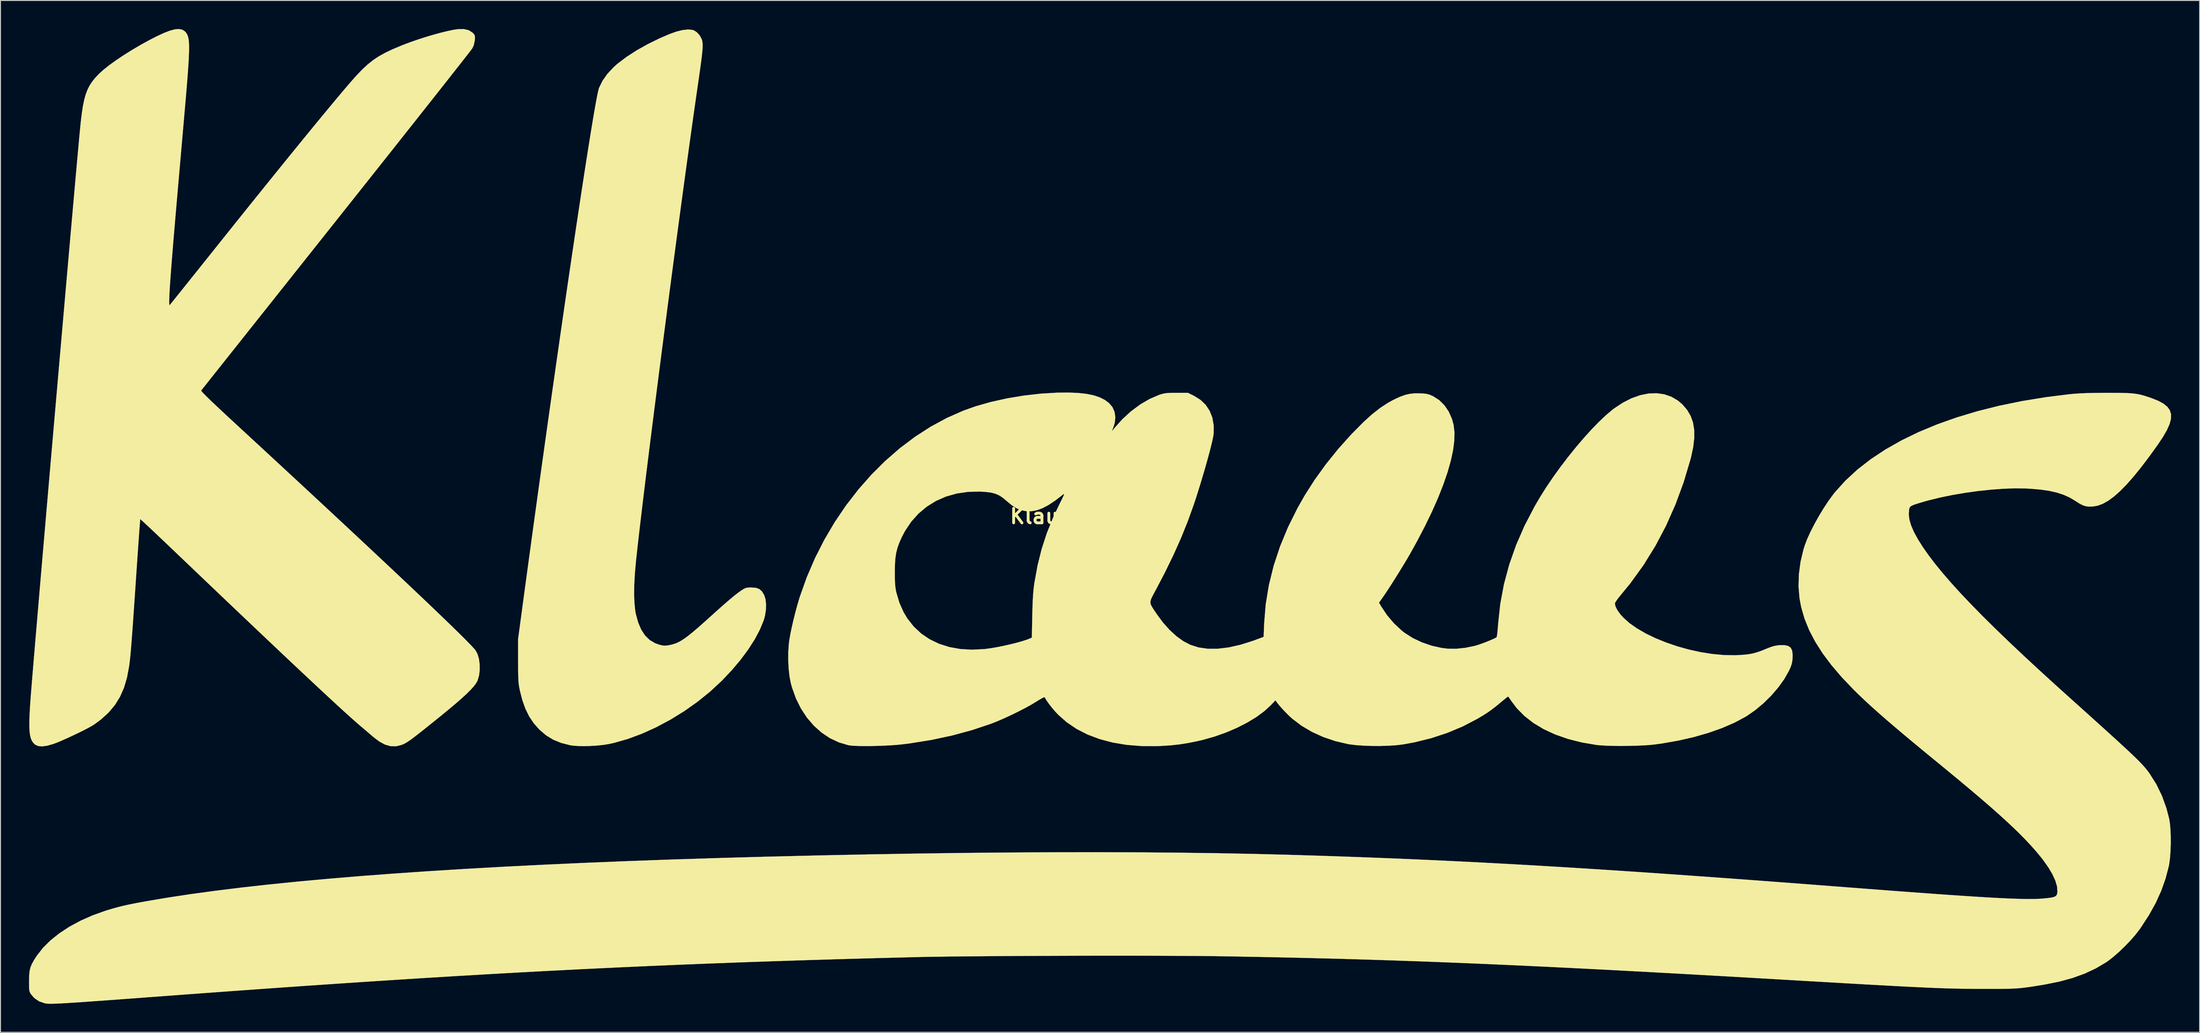
<source format=kicad_pcb>
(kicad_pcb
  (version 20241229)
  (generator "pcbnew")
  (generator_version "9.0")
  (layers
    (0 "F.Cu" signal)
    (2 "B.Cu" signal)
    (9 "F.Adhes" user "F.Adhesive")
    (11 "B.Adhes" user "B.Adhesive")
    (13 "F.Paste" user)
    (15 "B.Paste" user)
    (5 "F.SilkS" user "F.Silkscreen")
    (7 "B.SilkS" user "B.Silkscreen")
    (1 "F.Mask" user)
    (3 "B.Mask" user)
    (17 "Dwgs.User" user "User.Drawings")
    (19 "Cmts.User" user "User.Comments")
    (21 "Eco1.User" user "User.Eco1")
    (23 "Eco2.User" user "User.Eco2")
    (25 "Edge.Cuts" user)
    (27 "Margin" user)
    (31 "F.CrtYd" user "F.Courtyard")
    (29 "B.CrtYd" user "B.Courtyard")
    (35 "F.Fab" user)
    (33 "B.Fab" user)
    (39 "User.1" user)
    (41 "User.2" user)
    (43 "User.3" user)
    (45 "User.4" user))
  (footprint "Klaus_Logo_Orig"
    (layer "F.Cu")
    (at 112.527 51.287)
    (property "Reference" "Klaus_Logo_Orig" (at 0 0 0) (layer "F.SilkS") (effects (font (size 1.524 1.524) (thickness 0.3))))
    (attr through_hole)
    (fp_poly (pts (xy -42.776 -51.196) (xy -42.588 -51.139) (xy -42.269 -50.931) (xy -41.983 -50.611) (xy -41.779 -50.235) (xy -41.736 -50.105) (xy -41.701 -49.944) (xy -41.679 -49.758) (xy -41.672 -49.532) (xy -41.682 -49.249) (xy -41.71 -48.893) (xy -41.757 -48.447) (xy -41.825 -47.897) (xy -41.916 -47.226) (xy -42.03 -46.417) (xy -42.15 -45.593) (xy -42.364 -44.111) (xy -42.593 -42.509) (xy -42.834 -40.798) (xy -43.086 -38.989) (xy -43.348 -37.093) (xy -43.618 -35.121) (xy -43.894 -33.084) (xy -44.176 -30.993) (xy -44.462 -28.858) (xy -44.751 -26.691) (xy -45.04 -24.502) (xy -45.33 -22.303) (xy -45.617 -20.105) (xy -45.902 -17.917) (xy -46.181 -15.752) (xy -46.455 -13.621) (xy -46.721 -11.533) (xy -46.979 -9.501) (xy -47.226 -7.534) (xy -47.462 -5.645) (xy -47.684 -3.844) (xy -47.892 -2.141) (xy -48.084 -0.548) (xy -48.258 0.924) (xy -48.414 2.264) (xy -48.55 3.462) (xy -48.664 4.506) (xy -48.693 4.784) (xy -48.803 6.026) (xy -48.866 7.175) (xy -48.881 8.215) (xy -48.848 9.131) (xy -48.767 9.908) (xy -48.702 10.27) (xy -48.455 11.177) (xy -48.131 11.936) (xy -47.725 12.551) (xy -47.235 13.026) (xy -46.658 13.366) (xy -46.236 13.515) (xy -45.896 13.596) (xy -45.616 13.617) (xy -45.301 13.582) (xy -45.189 13.562) (xy -44.868 13.492) (xy -44.561 13.396) (xy -44.252 13.266) (xy -43.927 13.089) (xy -43.57 12.856) (xy -43.165 12.556) (xy -42.698 12.178) (xy -42.152 11.712) (xy -41.513 11.147) (xy -40.91 10.605) (xy -40.177 9.944) (xy -39.553 9.388) (xy -39.023 8.927) (xy -38.576 8.549) (xy -38.197 8.241) (xy -37.873 7.994) (xy -37.599 7.801) (xy -37.337 7.635) (xy -37.124 7.543) (xy -36.888 7.502) (xy -36.559 7.493) (xy -36.541 7.493) (xy -36.07 7.53) (xy -35.718 7.655) (xy -35.445 7.891) (xy -35.215 8.261) (xy -35.207 8.277) (xy -35.066 8.712) (xy -35.005 9.252) (xy -35.022 9.852) (xy -35.117 10.468) (xy -35.25 10.945) (xy -35.652 11.925) (xy -36.199 12.956) (xy -36.883 14.023) (xy -37.692 15.112) (xy -38.617 16.208) (xy -39.647 17.297) (xy -39.665 17.315) (xy -40.883 18.446) (xy -42.202 19.511) (xy -43.601 20.5) (xy -45.057 21.399) (xy -46.548 22.196) (xy -48.05 22.878) (xy -49.543 23.433) (xy -51.003 23.849) (xy -51.552 23.969) (xy -52.139 24.062) (xy -52.807 24.131) (xy -53.511 24.174) (xy -54.206 24.188) (xy -54.846 24.173) (xy -55.387 24.128) (xy -55.596 24.095) (xy -56.553 23.853) (xy -57.393 23.509) (xy -58.145 23.048) (xy -58.835 22.457) (xy -58.85 22.441) (xy -59.429 21.789) (xy -59.911 21.074) (xy -60.309 20.269) (xy -60.637 19.35) (xy -60.891 18.356) (xy -60.95 18.074) (xy -60.995 17.81) (xy -61.029 17.536) (xy -61.052 17.226) (xy -61.068 16.851) (xy -61.077 16.385) (xy -61.081 15.8) (xy -61.082 15.198) (xy -61.083 12.912) (xy -60.552 8.975) (xy -60.21 6.45) (xy -59.866 3.921) (xy -59.52 1.392) (xy -59.172 -1.13) (xy -58.825 -3.639) (xy -58.477 -6.13) (xy -58.132 -8.597) (xy -57.789 -11.033) (xy -57.448 -13.433) (xy -57.112 -15.791) (xy -56.781 -18.1) (xy -56.456 -20.356) (xy -56.138 -22.552) (xy -55.827 -24.683) (xy -55.524 -26.742) (xy -55.231 -28.723) (xy -54.948 -30.621) (xy -54.676 -32.43) (xy -54.416 -34.143) (xy -54.169 -35.756) (xy -53.935 -37.261) (xy -53.716 -38.654) (xy -53.512 -39.928) (xy -53.325 -41.077) (xy -53.155 -42.096) (xy -53.003 -42.978) (xy -52.869 -43.718) (xy -52.756 -44.31) (xy -52.663 -44.747) (xy -52.591 -45.025) (xy -52.573 -45.078) (xy -52.211 -45.825) (xy -51.692 -46.562) (xy -51.029 -47.273) (xy -50.592 -47.659) (xy -49.672 -48.353) (xy -48.611 -49.038) (xy -47.436 -49.697) (xy -46.175 -50.314) (xy -45.127 -50.765) (xy -44.429 -51.013) (xy -43.79 -51.169) (xy -43.232 -51.231) (xy -42.776 -51.196)) (stroke (width 0.01) (type solid)) (fill yes) (layer "F.SilkS"))
    (fp_poly (pts (xy -96.411 -51.215) (xy -96.142 -51.048) (xy -96.063 -50.964) (xy -95.966 -50.837) (xy -95.884 -50.695) (xy -95.816 -50.527) (xy -95.762 -50.322) (xy -95.723 -50.069) (xy -95.698 -49.758) (xy -95.688 -49.377) (xy -95.694 -48.917) (xy -95.714 -48.365) (xy -95.75 -47.711) (xy -95.802 -46.945) (xy -95.868 -46.055) (xy -95.951 -45.03) (xy -96.05 -43.861) (xy -96.165 -42.535) (xy -96.182 -42.331) (xy -96.222 -41.877) (xy -96.275 -41.276) (xy -96.338 -40.552) (xy -96.41 -39.727) (xy -96.489 -38.822) (xy -96.573 -37.862) (xy -96.66 -36.868) (xy -96.748 -35.864) (xy -96.816 -35.094) (xy -96.976 -33.253) (xy -97.121 -31.576) (xy -97.25 -30.056) (xy -97.365 -28.689) (xy -97.464 -27.47) (xy -97.55 -26.392) (xy -97.621 -25.452) (xy -97.68 -24.643) (xy -97.725 -23.96) (xy -97.757 -23.398) (xy -97.777 -22.952) (xy -97.784 -22.616) (xy -97.781 -22.385) (xy -97.766 -22.255) (xy -97.74 -22.218) (xy -97.73 -22.225) (xy -97.666 -22.302) (xy -97.504 -22.502) (xy -97.252 -22.816) (xy -96.917 -23.234) (xy -96.506 -23.746) (xy -96.027 -24.344) (xy -95.488 -25.018) (xy -94.896 -25.759) (xy -94.259 -26.556) (xy -93.583 -27.401) (xy -92.878 -28.285) (xy -92.782 -28.406) (xy -91.299 -30.26) (xy -89.868 -32.047) (xy -88.491 -33.76) (xy -87.173 -35.395) (xy -85.919 -36.946) (xy -84.734 -38.408) (xy -83.621 -39.774) (xy -82.586 -41.04) (xy -81.632 -42.199) (xy -80.765 -43.247) (xy -79.989 -44.178) (xy -79.308 -44.985) (xy -78.753 -45.634) (xy -78.087 -46.386) (xy -77.482 -47.017) (xy -76.907 -47.552) (xy -76.331 -48.01) (xy -75.723 -48.415) (xy -75.053 -48.787) (xy -74.288 -49.15) (xy -73.4 -49.524) (xy -73.11 -49.64) (xy -72.374 -49.917) (xy -71.582 -50.19) (xy -70.766 -50.452) (xy -69.955 -50.692) (xy -69.18 -50.904) (xy -68.472 -51.076) (xy -67.861 -51.202) (xy -67.395 -51.271) (xy -66.783 -51.275) (xy -66.279 -51.156) (xy -65.888 -50.913) (xy -65.847 -50.874) (xy -65.705 -50.716) (xy -65.636 -50.567) (xy -65.62 -50.364) (xy -65.632 -50.134) (xy -65.745 -49.579) (xy -65.898 -49.252) (xy -65.97 -49.153) (xy -66.143 -48.926) (xy -66.412 -48.579) (xy -66.774 -48.115) (xy -67.223 -47.541) (xy -67.756 -46.863) (xy -68.368 -46.085) (xy -69.054 -45.214) (xy -69.811 -44.255) (xy -70.633 -43.214) (xy -71.517 -42.096) (xy -72.457 -40.907) (xy -73.45 -39.653) (xy -74.491 -38.338) (xy -75.576 -36.969) (xy -76.7 -35.551) (xy -77.859 -34.09) (xy -79.049 -32.591) (xy -80.235 -31.097) (xy -81.447 -29.571) (xy -82.633 -28.078) (xy -83.786 -26.625) (xy -84.904 -25.218) (xy -85.982 -23.861) (xy -87.015 -22.56) (xy -87.999 -21.321) (xy -88.93 -20.149) (xy -89.804 -19.049) (xy -90.615 -18.027) (xy -91.361 -17.088) (xy -92.035 -16.239) (xy -92.635 -15.484) (xy -93.156 -14.828) (xy -93.592 -14.278) (xy -93.941 -13.838) (xy -94.198 -13.515) (xy -94.358 -13.313) (xy -94.417 -13.239) (xy -94.417 -13.239) (xy -94.378 -13.163) (xy -94.221 -12.984) (xy -93.945 -12.701) (xy -93.548 -12.311) (xy -93.03 -11.815) (xy -92.389 -11.211) (xy -91.623 -10.496) (xy -90.744 -9.683) (xy -88.612 -7.713) (xy -86.558 -5.813) (xy -84.583 -3.983) (xy -82.69 -2.226) (xy -80.882 -0.544) (xy -79.162 1.059) (xy -77.531 2.583) (xy -75.993 4.024) (xy -74.549 5.38) (xy -73.202 6.649) (xy -71.955 7.828) (xy -70.81 8.915) (xy -69.77 9.909) (xy -68.837 10.806) (xy -68.013 11.604) (xy -67.301 12.3) (xy -66.704 12.893) (xy -66.224 13.381) (xy -65.863 13.76) (xy -65.624 14.028) (xy -65.565 14.102) (xy -65.352 14.495) (xy -65.205 15) (xy -65.127 15.572) (xy -65.121 16.167) (xy -65.188 16.739) (xy -65.332 17.244) (xy -65.39 17.376) (xy -65.541 17.63) (xy -65.77 17.926) (xy -66.084 18.272) (xy -66.492 18.676) (xy -67.002 19.145) (xy -67.62 19.685) (xy -68.357 20.306) (xy -69.219 21.014) (xy -69.726 21.424) (xy -70.441 21.999) (xy -71.04 22.478) (xy -71.536 22.87) (xy -71.942 23.186) (xy -72.273 23.435) (xy -72.543 23.627) (xy -72.765 23.774) (xy -72.954 23.885) (xy -73.123 23.97) (xy -73.287 24.04) (xy -73.335 24.058) (xy -73.913 24.203) (xy -74.49 24.194) (xy -75.076 24.028) (xy -75.682 23.703) (xy -76.259 23.266) (xy -76.523 23.041) (xy -76.873 22.742) (xy -77.269 22.405) (xy -77.667 22.067) (xy -77.74 22.005) (xy -78.176 21.628) (xy -78.723 21.14) (xy -79.384 20.542) (xy -80.159 19.833) (xy -81.047 19.012) (xy -82.05 18.078) (xy -83.169 17.032) (xy -84.404 15.871) (xy -85.756 14.597) (xy -87.225 13.208) (xy -88.811 11.703) (xy -90.516 10.083) (xy -92.341 8.346) (xy -94.284 6.493) (xy -96.349 4.521) (xy -97.107 3.797) (xy -97.767 3.167) (xy -98.39 2.574) (xy -98.965 2.028) (xy -99.482 1.538) (xy -99.931 1.116) (xy -100.3 0.771) (xy -100.579 0.513) (xy -100.757 0.352) (xy -100.825 0.298) (xy -100.825 0.298) (xy -100.835 0.385) (xy -100.856 0.627) (xy -100.886 1.01) (xy -100.924 1.519) (xy -100.969 2.14) (xy -101.021 2.86) (xy -101.077 3.664) (xy -101.137 4.538) (xy -101.201 5.468) (xy -101.224 5.81) (xy -101.321 7.25) (xy -101.409 8.533) (xy -101.487 9.668) (xy -101.556 10.668) (xy -101.618 11.543) (xy -101.674 12.305) (xy -101.723 12.964) (xy -101.768 13.532) (xy -101.808 14.019) (xy -101.845 14.437) (xy -101.879 14.797) (xy -101.912 15.111) (xy -101.945 15.388) (xy -101.977 15.64) (xy -101.992 15.748) (xy -102.215 16.957) (xy -102.534 18.036) (xy -102.958 19.002) (xy -103.497 19.872) (xy -104.162 20.661) (xy -104.962 21.387) (xy -105.696 21.927) (xy -105.971 22.094) (xy -106.37 22.311) (xy -106.861 22.563) (xy -107.411 22.834) (xy -107.989 23.11) (xy -108.562 23.374) (xy -109.098 23.612) (xy -109.564 23.808) (xy -109.929 23.947) (xy -109.966 23.96) (xy -110.61 24.142) (xy -111.136 24.216) (xy -111.552 24.181) (xy -111.869 24.038) (xy -111.914 24.003) (xy -112.084 23.833) (xy -112.224 23.626) (xy -112.333 23.37) (xy -112.413 23.048) (xy -112.465 22.649) (xy -112.491 22.156) (xy -112.49 21.557) (xy -112.464 20.836) (xy -112.415 19.98) (xy -112.343 18.975) (xy -112.316 18.627) (xy -112.262 17.96) (xy -112.195 17.134) (xy -112.114 16.157) (xy -112.021 15.04) (xy -111.915 13.79) (xy -111.799 12.417) (xy -111.673 10.931) (xy -111.538 9.34) (xy -111.394 7.653) (xy -111.242 5.88) (xy -111.083 4.03) (xy -110.918 2.113) (xy -110.748 0.136) (xy -110.573 -1.891) (xy -110.395 -3.957) (xy -110.213 -6.056) (xy -110.029 -8.176) (xy -109.844 -10.31) (xy -109.658 -12.447) (xy -109.473 -14.579) (xy -109.288 -16.697) (xy -109.106 -18.791) (xy -108.925 -20.853) (xy -108.749 -22.872) (xy -108.576 -24.841) (xy -108.408 -26.749) (xy -108.247 -28.588) (xy -108.091 -30.349) (xy -107.943 -32.022) (xy -107.804 -33.598) (xy -107.673 -35.068) (xy -107.552 -36.423) (xy -107.441 -37.654) (xy -107.342 -38.751) (xy -107.255 -39.706) (xy -107.184 -40.471) (xy -107.079 -41.521) (xy -106.971 -42.421) (xy -106.852 -43.191) (xy -106.716 -43.849) (xy -106.558 -44.414) (xy -106.37 -44.907) (xy -106.146 -45.346) (xy -105.881 -45.75) (xy -105.567 -46.139) (xy -105.198 -46.533) (xy -105.16 -46.57) (xy -104.682 -47.003) (xy -104.072 -47.487) (xy -103.352 -48.006) (xy -102.546 -48.545) (xy -101.677 -49.089) (xy -100.769 -49.622) (xy -99.846 -50.13) (xy -99.102 -50.511) (xy -98.348 -50.863) (xy -97.713 -51.107) (xy -97.185 -51.247) (xy -96.755 -51.282) (xy -96.411 -51.215)) (stroke (width 0.01) (type solid)) (fill yes) (layer "F.SilkS"))
    (fp_poly (pts (xy 106.869 -12.993) (xy 107.55 -12.986) (xy 108.113 -12.971) (xy 108.585 -12.943) (xy 108.993 -12.9) (xy 109.361 -12.839) (xy 109.716 -12.756) (xy 110.085 -12.649) (xy 110.493 -12.514) (xy 110.744 -12.426) (xy 111.431 -12.151) (xy 111.976 -11.854) (xy 112.381 -11.524) (xy 112.646 -11.154) (xy 112.772 -10.732) (xy 112.762 -10.25) (xy 112.616 -9.698) (xy 112.335 -9.068) (xy 111.92 -8.348) (xy 111.377 -7.535) (xy 110.464 -6.266) (xy 109.615 -5.147) (xy 108.825 -4.173) (xy 108.09 -3.34) (xy 107.405 -2.642) (xy 106.765 -2.076) (xy 106.165 -1.637) (xy 105.6 -1.32) (xy 105.066 -1.12) (xy 104.594 -1.036) (xy 104.182 -1.019) (xy 103.841 -1.051) (xy 103.52 -1.148) (xy 103.17 -1.324) (xy 102.744 -1.596) (xy 102.725 -1.608) (xy 102.124 -1.968) (xy 101.476 -2.262) (xy 100.758 -2.497) (xy 99.95 -2.679) (xy 99.029 -2.811) (xy 97.973 -2.901) (xy 97.494 -2.927) (xy 96.391 -2.944) (xy 95.167 -2.902) (xy 93.856 -2.806) (xy 92.495 -2.661) (xy 91.117 -2.47) (xy 89.759 -2.239) (xy 88.457 -1.971) (xy 87.245 -1.672) (xy 86.895 -1.575) (xy 86.345 -1.414) (xy 85.935 -1.286) (xy 85.645 -1.181) (xy 85.451 -1.087) (xy 85.333 -0.994) (xy 85.266 -0.89) (xy 85.231 -0.766) (xy 85.229 -0.761) (xy 85.183 -0.237) (xy 85.249 0.335) (xy 85.432 0.964) (xy 85.735 1.664) (xy 86.164 2.446) (xy 86.698 3.288) (xy 87.291 4.13) (xy 87.975 5.026) (xy 88.755 5.98) (xy 89.633 6.996) (xy 90.615 8.078) (xy 91.704 9.229) (xy 92.904 10.454) (xy 94.219 11.757) (xy 95.653 13.142) (xy 97.209 14.612) (xy 98.892 16.173) (xy 100.706 17.828) (xy 101.728 18.75) (xy 102.898 19.802) (xy 103.949 20.748) (xy 104.888 21.595) (xy 105.723 22.349) (xy 106.46 23.018) (xy 107.108 23.608) (xy 107.672 24.127) (xy 108.162 24.58) (xy 108.583 24.975) (xy 108.943 25.319) (xy 109.25 25.619) (xy 109.509 25.881) (xy 109.73 26.113) (xy 109.919 26.321) (xy 110.083 26.512) (xy 110.229 26.693) (xy 110.365 26.87) (xy 110.498 27.052) (xy 110.518 27.08) (xy 111.217 28.186) (xy 111.809 29.404) (xy 112.281 30.707) (xy 112.575 31.835) (xy 112.657 32.353) (xy 112.711 32.995) (xy 112.739 33.717) (xy 112.74 34.477) (xy 112.715 35.229) (xy 112.664 35.932) (xy 112.588 36.542) (xy 112.538 36.811) (xy 112.193 38.134) (xy 111.737 39.419) (xy 111.16 40.69) (xy 110.449 41.971) (xy 109.594 43.287) (xy 109.462 43.476) (xy 109.033 44.032) (xy 108.509 44.633) (xy 107.924 45.244) (xy 107.314 45.831) (xy 106.712 46.359) (xy 106.155 46.794) (xy 105.954 46.932) (xy 104.867 47.576) (xy 103.688 48.128) (xy 102.403 48.593) (xy 100.997 48.977) (xy 99.452 49.285) (xy 99.314 49.308) (xy 98.669 49.413) (xy 98.12 49.5) (xy 97.642 49.569) (xy 97.207 49.624) (xy 96.792 49.666) (xy 96.368 49.696) (xy 95.911 49.716) (xy 95.395 49.728) (xy 94.793 49.735) (xy 94.08 49.737) (xy 93.23 49.736) (xy 93.006 49.735) (xy 92.446 49.734) (xy 91.909 49.731) (xy 91.388 49.727) (xy 90.872 49.72) (xy 90.352 49.711) (xy 89.82 49.7) (xy 89.266 49.685) (xy 88.681 49.666) (xy 88.056 49.643) (xy 87.382 49.615) (xy 86.649 49.582) (xy 85.848 49.544) (xy 84.97 49.501) (xy 84.007 49.45) (xy 82.948 49.393) (xy 81.784 49.329) (xy 80.507 49.258) (xy 79.107 49.178) (xy 77.576 49.09) (xy 75.903 48.994) (xy 74.08 48.888) (xy 72.097 48.772) (xy 72.009 48.767) (xy 68.45 48.56) (xy 65.049 48.365) (xy 61.797 48.182) (xy 58.682 48.01) (xy 55.695 47.849) (xy 52.826 47.698) (xy 50.064 47.557) (xy 47.399 47.425) (xy 44.82 47.303) (xy 42.317 47.189) (xy 39.881 47.082) (xy 37.5 46.984) (xy 35.165 46.893) (xy 32.864 46.809) (xy 30.589 46.731) (xy 28.328 46.659) (xy 26.071 46.593) (xy 23.809 46.532) (xy 21.529 46.475) (xy 19.224 46.423) (xy 16.881 46.375) (xy 14.491 46.33) (xy 13.039 46.304) (xy 12.105 46.291) (xy 11.025 46.279) (xy 9.813 46.269) (xy 8.484 46.261) (xy 7.053 46.255) (xy 5.534 46.25) (xy 3.943 46.247) (xy 2.292 46.246) (xy 0.599 46.246) (xy -1.124 46.248) (xy -2.861 46.252) (xy -4.598 46.257) (xy -6.319 46.263) (xy -8.011 46.271) (xy -9.659 46.28) (xy -11.248 46.291) (xy -12.762 46.303) (xy -14.189 46.316) (xy -15.512 46.33) (xy -16.718 46.346) (xy -17.791 46.362) (xy -18.718 46.38) (xy -19.135 46.39) (xy -22.903 46.486) (xy -26.58 46.588) (xy -30.178 46.695) (xy -33.709 46.808) (xy -37.186 46.928) (xy -40.622 47.056) (xy -44.029 47.191) (xy -47.421 47.335) (xy -50.809 47.489) (xy -54.206 47.653) (xy -57.625 47.827) (xy -61.079 48.013) (xy -64.579 48.211) (xy -68.14 48.421) (xy -71.773 48.645) (xy -75.491 48.883) (xy -79.306 49.136) (xy -83.232 49.403) (xy -87.281 49.687) (xy -91.465 49.988) (xy -95.798 50.305) (xy -98.467 50.504) (xy -100.122 50.627) (xy -101.617 50.739) (xy -102.961 50.838) (xy -104.161 50.927) (xy -105.227 51.004) (xy -106.168 51.071) (xy -106.991 51.129) (xy -107.706 51.177) (xy -108.322 51.216) (xy -108.846 51.248) (xy -109.288 51.271) (xy -109.656 51.288) (xy -109.958 51.298) (xy -110.205 51.301) (xy -110.403 51.3) (xy -110.562 51.293) (xy -110.69 51.281) (xy -110.796 51.266) (xy -110.871 51.251) (xy -111.468 51.045) (xy -111.958 50.71) (xy -112.276 50.353) (xy -112.377 50.207) (xy -112.446 50.074) (xy -112.488 49.919) (xy -112.511 49.706) (xy -112.52 49.397) (xy -112.522 48.958) (xy -112.522 48.928) (xy -112.511 48.351) (xy -112.469 47.89) (xy -112.379 47.496) (xy -112.226 47.116) (xy -111.996 46.7) (xy -111.714 46.261) (xy -111.074 45.436) (xy -110.28 44.644) (xy -109.347 43.897) (xy -108.287 43.201) (xy -107.114 42.566) (xy -105.843 42.001) (xy -104.486 41.514) (xy -104.225 41.433) (xy -103.665 41.268) (xy -103.141 41.124) (xy -102.616 40.994) (xy -102.054 40.868) (xy -101.418 40.74) (xy -100.671 40.599) (xy -100.221 40.518) (xy -97.984 40.139) (xy -95.58 39.773) (xy -93.009 39.422) (xy -90.272 39.083) (xy -87.371 38.759) (xy -84.307 38.448) (xy -81.08 38.152) (xy -77.693 37.869) (xy -74.145 37.601) (xy -70.439 37.346) (xy -66.575 37.106) (xy -62.554 36.88) (xy -58.378 36.669) (xy -54.047 36.472) (xy -49.562 36.29) (xy -44.926 36.122) (xy -40.138 35.969) (xy -35.2 35.831) (xy -34.629 35.816) (xy -29.35 35.689) (xy -24.184 35.582) (xy -19.138 35.496) (xy -14.216 35.429) (xy -9.422 35.384) (xy -4.762 35.358) (xy -0.24 35.352) (xy 4.139 35.367) (xy 8.37 35.402) (xy 12.448 35.458) (xy 16.369 35.534) (xy 20.127 35.63) (xy 20.701 35.647) (xy 23.191 35.724) (xy 25.646 35.807) (xy 28.077 35.895) (xy 30.494 35.989) (xy 32.908 36.09) (xy 35.328 36.198) (xy 37.765 36.314) (xy 40.229 36.438) (xy 42.731 36.572) (xy 45.28 36.715) (xy 47.887 36.869) (xy 50.563 37.033) (xy 53.317 37.209) (xy 56.16 37.397) (xy 59.102 37.598) (xy 62.153 37.812) (xy 65.324 38.04) (xy 68.625 38.282) (xy 72.066 38.54) (xy 75.657 38.814) (xy 78.486 39.032) (xy 80.694 39.202) (xy 82.741 39.358) (xy 84.632 39.5) (xy 86.375 39.629) (xy 87.976 39.746) (xy 89.443 39.849) (xy 90.781 39.94) (xy 91.999 40.02) (xy 93.102 40.088) (xy 94.097 40.145) (xy 94.992 40.191) (xy 95.793 40.227) (xy 96.506 40.253) (xy 97.139 40.27) (xy 97.698 40.278) (xy 98.191 40.277) (xy 98.623 40.268) (xy 99.003 40.251) (xy 99.294 40.23) (xy 99.832 40.178) (xy 100.224 40.122) (xy 100.494 40.051) (xy 100.666 39.953) (xy 100.763 39.816) (xy 100.808 39.628) (xy 100.821 39.479) (xy 100.779 38.949) (xy 100.599 38.339) (xy 100.287 37.659) (xy 99.848 36.92) (xy 99.287 36.133) (xy 99.069 35.856) (xy 98.604 35.294) (xy 98.1 34.721) (xy 97.549 34.128) (xy 96.944 33.508) (xy 96.275 32.853) (xy 95.534 32.156) (xy 94.714 31.408) (xy 93.804 30.602) (xy 92.797 29.731) (xy 91.685 28.786) (xy 90.459 27.76) (xy 89.11 26.645) (xy 88.265 25.951) (xy 86.972 24.89) (xy 85.803 23.923) (xy 84.747 23.042) (xy 83.795 22.238) (xy 82.935 21.502) (xy 82.159 20.826) (xy 81.455 20.199) (xy 80.813 19.614) (xy 80.224 19.061) (xy 79.676 18.533) (xy 79.402 18.261) (xy 78.151 16.951) (xy 77.06 15.675) (xy 76.126 14.426) (xy 75.344 13.197) (xy 74.71 11.981) (xy 74.22 10.771) (xy 73.871 9.561) (xy 73.696 8.636) (xy 73.592 7.394) (xy 73.629 6.099) (xy 73.804 4.785) (xy 74.113 3.487) (xy 74.251 3.048) (xy 74.508 2.376) (xy 74.857 1.613) (xy 75.276 0.795) (xy 75.745 -0.044) (xy 76.244 -0.866) (xy 76.753 -1.636) (xy 77.251 -2.317) (xy 77.428 -2.541) (xy 78.529 -3.76) (xy 79.782 -4.915) (xy 81.184 -6.006) (xy 82.728 -7.029) (xy 84.41 -7.983) (xy 86.224 -8.866) (xy 88.167 -9.674) (xy 90.231 -10.407) (xy 92.414 -11.062) (xy 94.709 -11.638) (xy 97.111 -12.131) (xy 99.616 -12.539) (xy 102.023 -12.841) (xy 102.593 -12.895) (xy 103.202 -12.936) (xy 103.878 -12.965) (xy 104.652 -12.983) (xy 105.552 -12.993) (xy 106.045 -12.994) (xy 106.869 -12.993)) (stroke (width 0.01) (type solid)) (fill yes) (layer "F.SilkS"))
    (fp_poly (pts (xy -2.18 -12.981) (xy -1.311 -12.887) (xy -0.566 -12.736) (xy 0.07 -12.527) (xy 0.609 -12.257) (xy 1.061 -11.924) (xy 1.425 -11.497) (xy 1.65 -10.989) (xy 1.733 -10.422) (xy 1.667 -9.818) (xy 1.538 -9.402) (xy 1.358 -8.94) (xy 1.628 -9.275) (xy 2.467 -10.213) (xy 3.377 -11.047) (xy 4.339 -11.763) (xy 5.329 -12.343) (xy 6.326 -12.772) (xy 6.392 -12.795) (xy 6.661 -12.879) (xy 6.914 -12.936) (xy 7.195 -12.971) (xy 7.547 -12.99) (xy 8.012 -12.996) (xy 8.175 -12.996) (xy 9.365 -12.996) (xy 9.995 -12.685) (xy 10.679 -12.26) (xy 11.233 -11.729) (xy 11.653 -11.1) (xy 11.935 -10.38) (xy 12.077 -9.575) (xy 12.073 -8.698) (xy 12.03 -8.403) (xy 11.939 -7.968) (xy 11.806 -7.412) (xy 11.638 -6.758) (xy 11.44 -6.024) (xy 11.218 -5.233) (xy 10.977 -4.403) (xy 10.724 -3.555) (xy 10.463 -2.711) (xy 10.201 -1.89) (xy 9.996 -1.27) (xy 9.366 0.488) (xy 8.652 2.262) (xy 7.842 4.076) (xy 6.926 5.956) (xy 6.061 7.611) (xy 5.794 8.104) (xy 5.598 8.476) (xy 5.473 8.762) (xy 5.42 8.994) (xy 5.439 9.206) (xy 5.53 9.431) (xy 5.694 9.703) (xy 5.93 10.054) (xy 6.079 10.277) (xy 6.73 11.165) (xy 7.43 11.951) (xy 8.159 12.619) (xy 8.899 13.152) (xy 9.61 13.523) (xy 10.483 13.801) (xy 11.45 13.94) (xy 12.509 13.939) (xy 13.657 13.8) (xy 14.891 13.522) (xy 16.21 13.106) (xy 16.518 12.993) (xy 17.331 12.689) (xy 17.384 11.318) (xy 17.549 9.279) (xy 17.883 7.242) (xy 18.386 5.206) (xy 19.057 3.173) (xy 19.896 1.144) (xy 20.904 -0.88) (xy 21.67 -2.229) (xy 22.717 -3.866) (xy 23.902 -5.505) (xy 25.198 -7.111) (xy 26.575 -8.648) (xy 27.855 -9.937) (xy 28.743 -10.74) (xy 29.588 -11.404) (xy 30.415 -11.946) (xy 31.03 -12.28) (xy 31.665 -12.573) (xy 32.216 -12.774) (xy 32.735 -12.893) (xy 33.27 -12.943) (xy 33.784 -12.94) (xy 34.199 -12.916) (xy 34.505 -12.875) (xy 34.766 -12.804) (xy 35.043 -12.687) (xy 35.166 -12.628) (xy 35.798 -12.225) (xy 36.344 -11.685) (xy 36.793 -11.028) (xy 37.132 -10.269) (xy 37.307 -9.641) (xy 37.402 -8.867) (xy 37.385 -7.975) (xy 37.257 -6.971) (xy 37.021 -5.863) (xy 36.68 -4.655) (xy 36.234 -3.355) (xy 35.688 -1.969) (xy 35.041 -0.503) (xy 34.298 1.035) (xy 33.459 2.64) (xy 32.739 3.937) (xy 32.433 4.464) (xy 32.07 5.07) (xy 31.672 5.723) (xy 31.257 6.389) (xy 30.848 7.037) (xy 30.463 7.635) (xy 30.123 8.15) (xy 29.851 8.545) (xy 29.466 9.09) (xy 29.69 9.477) (xy 30.305 10.401) (xy 31.036 11.263) (xy 31.842 12.017) (xy 32.167 12.272) (xy 33.018 12.814) (xy 33.979 13.269) (xy 35.005 13.621) (xy 36.051 13.855) (xy 36.724 13.935) (xy 37.591 13.942) (xy 38.536 13.843) (xy 39.508 13.645) (xy 39.577 13.627) (xy 39.884 13.535) (xy 40.258 13.407) (xy 40.661 13.256) (xy 41.056 13.099) (xy 41.407 12.949) (xy 41.677 12.822) (xy 41.827 12.732) (xy 41.835 12.725) (xy 41.863 12.621) (xy 41.898 12.378) (xy 41.937 12.027) (xy 41.975 11.597) (xy 41.997 11.302) (xy 42.224 9.205) (xy 42.613 7.13) (xy 43.167 5.074) (xy 43.885 3.032) (xy 44.77 1.002) (xy 45.822 -1.021) (xy 46.413 -2.033) (xy 47.07 -3.076) (xy 47.792 -4.141) (xy 48.563 -5.209) (xy 49.367 -6.261) (xy 50.188 -7.28) (xy 51.012 -8.246) (xy 51.823 -9.142) (xy 52.605 -9.947) (xy 53.343 -10.645) (xy 54.022 -11.217) (xy 54.187 -11.343) (xy 55.105 -11.952) (xy 56.022 -12.419) (xy 56.927 -12.742) (xy 57.809 -12.92) (xy 58.659 -12.953) (xy 59.465 -12.84) (xy 60.218 -12.581) (xy 60.906 -12.176) (xy 61.381 -11.768) (xy 61.876 -11.19) (xy 62.245 -10.56) (xy 62.492 -9.866) (xy 62.617 -9.097) (xy 62.623 -8.241) (xy 62.512 -7.285) (xy 62.284 -6.217) (xy 62.232 -6.014) (xy 61.503 -3.571) (xy 60.642 -1.232) (xy 59.65 1.002) (xy 58.528 3.129) (xy 57.276 5.15) (xy 55.893 7.062) (xy 54.898 8.278) (xy 54.646 8.587) (xy 54.443 8.864) (xy 54.311 9.076) (xy 54.273 9.182) (xy 54.343 9.496) (xy 54.536 9.877) (xy 54.836 10.297) (xy 55.138 10.64) (xy 55.796 11.233) (xy 56.602 11.801) (xy 57.532 12.339) (xy 58.565 12.837) (xy 59.679 13.289) (xy 60.853 13.688) (xy 62.064 14.026) (xy 63.29 14.296) (xy 64.51 14.49) (xy 65.702 14.602) (xy 66.844 14.624) (xy 67.014 14.619) (xy 67.702 14.583) (xy 68.271 14.527) (xy 68.77 14.439) (xy 69.248 14.309) (xy 69.754 14.127) (xy 70.164 13.958) (xy 70.639 13.769) (xy 71.027 13.649) (xy 71.389 13.584) (xy 71.605 13.564) (xy 72.127 13.563) (xy 72.509 13.648) (xy 72.768 13.833) (xy 72.917 14.132) (xy 72.972 14.56) (xy 72.965 14.901) (xy 72.932 15.26) (xy 72.868 15.567) (xy 72.753 15.887) (xy 72.578 16.271) (xy 72.09 17.133) (xy 71.465 18.006) (xy 70.731 18.86) (xy 69.915 19.666) (xy 69.047 20.394) (xy 68.152 21.015) (xy 67.989 21.114) (xy 66.839 21.726) (xy 65.545 22.286) (xy 64.124 22.789) (xy 62.595 23.23) (xy 60.976 23.602) (xy 59.285 23.9) (xy 58.462 24.014) (xy 57.905 24.07) (xy 57.232 24.114) (xy 56.48 24.145) (xy 55.684 24.164) (xy 54.88 24.17) (xy 54.105 24.163) (xy 53.392 24.142) (xy 52.779 24.107) (xy 52.324 24.062) (xy 50.772 23.795) (xy 49.328 23.428) (xy 48 22.963) (xy 46.792 22.405) (xy 45.712 21.755) (xy 44.764 21.018) (xy 43.955 20.196) (xy 43.394 19.452) (xy 43.229 19.21) (xy 43.102 19.035) (xy 43.04 18.965) (xy 43.039 18.965) (xy 42.965 19.016) (xy 42.789 19.155) (xy 42.538 19.36) (xy 42.268 19.585) (xy 41.754 20.008) (xy 41.308 20.352) (xy 40.877 20.656) (xy 40.405 20.958) (xy 39.841 21.294) (xy 39.789 21.324) (xy 38.277 22.113) (xy 36.652 22.794) (xy 34.942 23.357) (xy 33.169 23.794) (xy 31.962 24.012) (xy 31.275 24.093) (xy 30.479 24.146) (xy 29.616 24.172) (xy 28.732 24.17) (xy 27.87 24.14) (xy 27.074 24.085) (xy 26.389 24.002) (xy 26.213 23.973) (xy 24.885 23.664) (xy 23.615 23.234) (xy 22.424 22.694) (xy 21.335 22.054) (xy 20.368 21.323) (xy 20.11 21.093) (xy 19.744 20.737) (xy 19.371 20.347) (xy 19.035 19.97) (xy 18.777 19.651) (xy 18.747 19.611) (xy 18.571 19.368) (xy 18.112 19.854) (xy 17.417 20.497) (xy 16.574 21.12) (xy 15.606 21.71) (xy 14.535 22.258) (xy 13.383 22.751) (xy 12.172 23.181) (xy 10.923 23.535) (xy 10.414 23.654) (xy 9.408 23.857) (xy 8.479 24.005) (xy 7.555 24.106) (xy 6.565 24.17) (xy 6.138 24.187) (xy 4.488 24.182) (xy 2.924 24.056) (xy 1.451 23.81) (xy 0.078 23.447) (xy -1.19 22.968) (xy -2.347 22.376) (xy -3.385 21.672) (xy -4.277 20.881) (xy -4.599 20.537) (xy -4.921 20.16) (xy -5.217 19.784) (xy -5.463 19.442) (xy -5.633 19.168) (xy -5.689 19.043) (xy -5.768 19.047) (xy -5.96 19.134) (xy -6.239 19.292) (xy -6.522 19.469) (xy -7.061 19.797) (xy -7.72 20.162) (xy -8.459 20.545) (xy -9.24 20.926) (xy -10.022 21.286) (xy -10.766 21.606) (xy -11.37 21.843) (xy -13.35 22.505) (xy -15.447 23.073) (xy -17.637 23.541) (xy -19.892 23.902) (xy -20.701 24.003) (xy -21.269 24.059) (xy -21.915 24.104) (xy -22.61 24.14) (xy -23.326 24.165) (xy -24.033 24.18) (xy -24.703 24.182) (xy -25.305 24.173) (xy -25.812 24.152) (xy -26.194 24.117) (xy -26.331 24.094) (xy -27.341 23.796) (xy -28.293 23.346) (xy -29.178 22.753) (xy -29.987 22.028) (xy -30.711 21.18) (xy -31.34 20.22) (xy -31.866 19.158) (xy -32.278 18.003) (xy -32.397 17.568) (xy -32.534 16.861) (xy -32.626 16.043) (xy -32.671 15.166) (xy -32.666 14.284) (xy -32.61 13.449) (xy -32.563 13.067) (xy -32.457 12.452) (xy -32.308 11.723) (xy -32.125 10.927) (xy -31.921 10.109) (xy -31.706 9.315) (xy -31.492 8.593) (xy -31.448 8.453) (xy -30.712 6.391) (xy -30.475 5.842) (xy -21.462 5.842) (xy -21.457 6.475) (xy -21.441 6.976) (xy -21.41 7.381) (xy -21.362 7.728) (xy -21.306 8.001) (xy -20.98 9.103) (xy -20.533 10.101) (xy -20.142 10.752) (xy -19.472 11.605) (xy -18.691 12.335) (xy -17.804 12.939) (xy -16.819 13.414) (xy -15.744 13.758) (xy -14.584 13.968) (xy -13.346 14.041) (xy -12.039 13.974) (xy -11.956 13.965) (xy -11.385 13.888) (xy -10.738 13.777) (xy -10.05 13.64) (xy -9.356 13.485) (xy -8.692 13.32) (xy -8.093 13.153) (xy -7.594 12.994) (xy -7.254 12.861) (xy -7.049 12.767) (xy -7.003 10.469) (xy -6.982 9.617) (xy -6.955 8.903) (xy -6.92 8.294) (xy -6.875 7.76) (xy -6.817 7.269) (xy -6.776 6.985) (xy -6.444 5.16) (xy -6.014 3.439) (xy -5.474 1.775) (xy -4.808 0.125) (xy -4.174 -1.217) (xy -3.945 -1.677) (xy -3.786 -2.004) (xy -3.692 -2.213) (xy -3.657 -2.323) (xy -3.675 -2.351) (xy -3.74 -2.314) (xy -3.825 -2.248) (xy -4.597 -1.652) (xy -5.291 -1.19) (xy -5.924 -0.855) (xy -6.513 -0.639) (xy -7.073 -0.536) (xy -7.621 -0.537) (xy -7.652 -0.54) (xy -8.165 -0.642) (xy -8.66 -0.846) (xy -9.167 -1.171) (xy -9.698 -1.612) (xy -10.098 -1.948) (xy -10.479 -2.197) (xy -10.879 -2.374) (xy -11.338 -2.492) (xy -11.892 -2.563) (xy -12.488 -2.6) (xy -13.75 -2.575) (xy -14.951 -2.399) (xy -16.081 -2.078) (xy -17.134 -1.615) (xy -18.1 -1.015) (xy -18.971 -0.285) (xy -19.738 0.572) (xy -20.393 1.551) (xy -20.745 2.227) (xy -20.998 2.806) (xy -21.187 3.334) (xy -21.319 3.856) (xy -21.403 4.414) (xy -21.447 5.052) (xy -21.462 5.813) (xy -21.462 5.842) (xy -30.475 5.842) (xy -29.85 4.391) (xy -28.87 2.462) (xy -27.78 0.613) (xy -26.587 -1.149) (xy -25.298 -2.816) (xy -23.922 -4.379) (xy -22.465 -5.83) (xy -20.936 -7.161) (xy -19.341 -8.364) (xy -17.689 -9.43) (xy -15.987 -10.352) (xy -14.242 -11.122) (xy -12.941 -11.584) (xy -11.346 -12.036) (xy -9.643 -12.413) (xy -7.882 -12.706) (xy -6.111 -12.908) (xy -4.379 -13.011) (xy -4.338 -13.012) (xy -3.184 -13.022) (xy -2.18 -12.981)) (stroke (width 0.01) (type solid)) (fill yes) (layer "F.SilkS")))
  (gr_rect
    (start -3 -3)
    (end 228.304 105.593)
    (stroke (width 0.1) (type default))
    (fill no)
    (layer "Edge.Cuts")))
</source>
